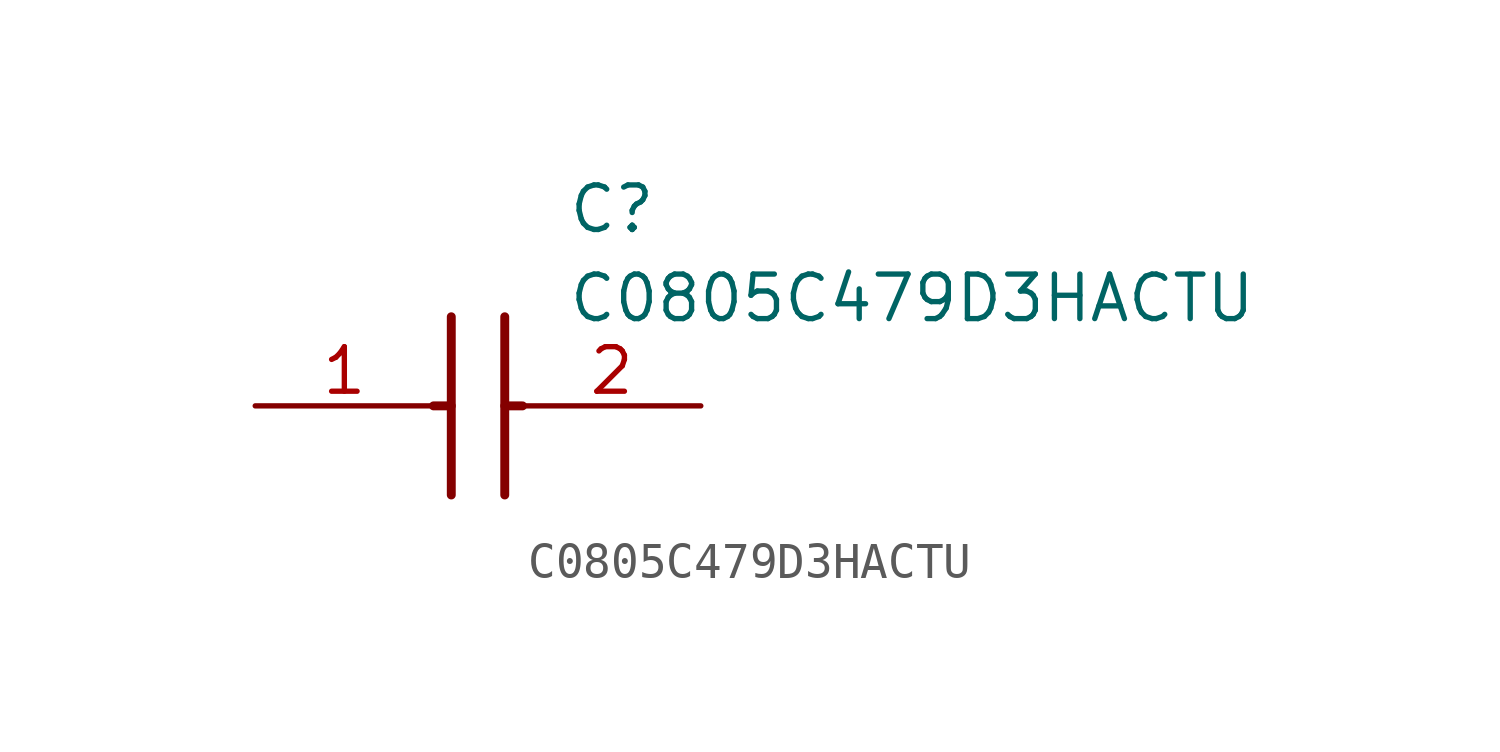
<source format=kicad_sym>
(kicad_symbol_lib
  (version 20211014)
  (generator SamacSys_ECAD_Model)
  (symbol "C0805C479D3HACTU"
    (pin_names hide)
    (property "Reference" "C"
      (at 8.89 6.35 0)
      (effects (font (size 1.27 1.27)) (justify left top)))
    (property "Value" "C0805C479D3HACTU"
      (at 8.89 3.81 0)
      (effects (font (size 1.27 1.27)) (justify left top)))
    (polyline
      (pts (xy 5.588 2.54) (xy 5.588 -2.54))
      (stroke (width 0.254) (type default))
      (fill (type none)))
    (polyline
      (pts (xy 7.112 2.54) (xy 7.112 -2.54))
      (stroke (width 0.254) (type default))
      (fill (type none)))
    (polyline
      (pts (xy 5.08 0) (xy 5.588 0))
      (stroke (width 0.254) (type default))
      (fill (type none)))
    (polyline
      (pts (xy 7.112 0) (xy 7.62 0))
      (stroke (width 0.254) (type default))
      (fill (type none)))
    (pin passive line
      (at 0 0 0)
      (length 5.08)
      (name "1" (effects (font (size 1.27 1.27))))
      (number "1" (effects (font (size 1.27 1.27)))))
    (pin passive line
      (at 12.7 0 180)
      (length 5.08)
      (name "2" (effects (font (size 1.27 1.27))))
      (number "2" (effects (font (size 1.27 1.27)))))))
</source>
